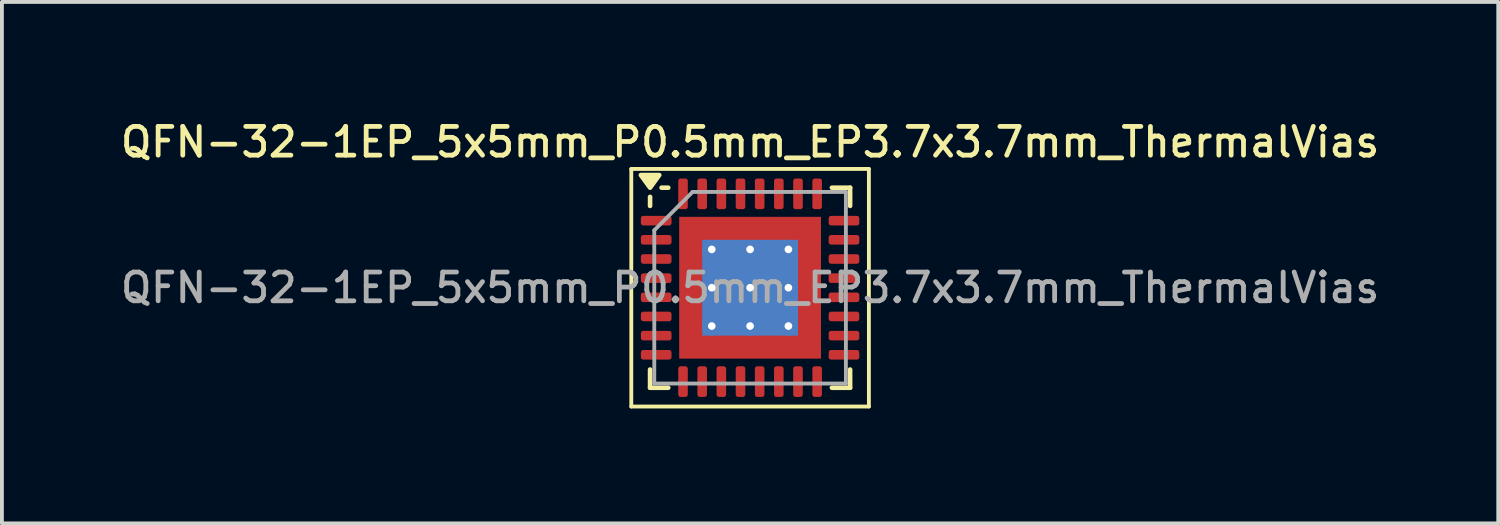
<source format=kicad_pcb>
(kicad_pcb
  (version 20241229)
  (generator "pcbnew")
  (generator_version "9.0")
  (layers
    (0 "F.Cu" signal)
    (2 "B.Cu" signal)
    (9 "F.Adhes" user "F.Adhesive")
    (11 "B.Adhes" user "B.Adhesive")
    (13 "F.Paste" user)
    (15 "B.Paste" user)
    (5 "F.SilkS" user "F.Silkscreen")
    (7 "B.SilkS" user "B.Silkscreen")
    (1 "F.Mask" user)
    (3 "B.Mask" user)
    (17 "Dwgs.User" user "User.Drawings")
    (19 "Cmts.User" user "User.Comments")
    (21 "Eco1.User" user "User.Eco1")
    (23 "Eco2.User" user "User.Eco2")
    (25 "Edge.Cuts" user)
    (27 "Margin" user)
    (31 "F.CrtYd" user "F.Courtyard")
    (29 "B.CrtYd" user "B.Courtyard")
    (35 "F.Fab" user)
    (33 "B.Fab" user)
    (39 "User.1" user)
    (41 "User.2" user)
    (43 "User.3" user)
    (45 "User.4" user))
  (footprint "QFN-32-1EP_5x5mm_P0.5mm_EP3.7x3.7mm_ThermalVias"
    (layer "F.Cu")
    (at 16.523 4.458)
    (property "Reference" "QFN-32-1EP_5x5mm_P0.5mm_EP3.7x3.7mm_ThermalVias" (at 0 -3.8 0) (layer "F.SilkS") (effects (font (size 0.75 0.75) (thickness 0.125))))
    (attr smd)
    (fp_line (start -3.1 -3.1) (end -3.1 3.1) (stroke (width 0.1) (type solid)) (layer "F.SilkS"))
    (fp_line (start -3.1 3.1) (end 3.1 3.1) (stroke (width 0.1) (type solid)) (layer "F.SilkS"))
    (fp_line (start -2.61 -2.135) (end -2.61 -2.37) (stroke (width 0.12) (type solid)) (layer "F.SilkS"))
    (fp_line (start -2.61 2.61) (end -2.61 2.135) (stroke (width 0.12) (type solid)) (layer "F.SilkS"))
    (fp_line (start -2.135 -2.61) (end -2.31 -2.61) (stroke (width 0.12) (type solid)) (layer "F.SilkS"))
    (fp_line (start -2.135 2.61) (end -2.61 2.61) (stroke (width 0.12) (type solid)) (layer "F.SilkS"))
    (fp_line (start 2.135 -2.61) (end 2.61 -2.61) (stroke (width 0.12) (type solid)) (layer "F.SilkS"))
    (fp_line (start 2.135 2.61) (end 2.61 2.61) (stroke (width 0.12) (type solid)) (layer "F.SilkS"))
    (fp_line (start 2.61 -2.61) (end 2.61 -2.135) (stroke (width 0.12) (type solid)) (layer "F.SilkS"))
    (fp_line (start 2.61 2.61) (end 2.61 2.135) (stroke (width 0.12) (type solid)) (layer "F.SilkS"))
    (fp_line (start 3.1 -3.1) (end -3.1 -3.1) (stroke (width 0.1) (type solid)) (layer "F.SilkS"))
    (fp_line (start 3.1 3.1) (end 3.1 -3.1) (stroke (width 0.1) (type solid)) (layer "F.SilkS"))
    (fp_poly (pts (xy -2.61 -2.61) (xy -2.85 -2.94) (xy -2.37 -2.94) (xy -2.61 -2.61)) (stroke (width 0.12) (type solid)) (fill yes) (layer "F.SilkS"))
    (fp_line (start -2.5 -1.5) (end -1.5 -2.5) (stroke (width 0.1) (type solid)) (layer "F.Fab"))
    (fp_line (start -2.5 2.5) (end -2.5 -1.5) (stroke (width 0.1) (type solid)) (layer "F.Fab"))
    (fp_line (start -1.5 -2.5) (end 2.5 -2.5) (stroke (width 0.1) (type solid)) (layer "F.Fab"))
    (fp_line (start 2.5 -2.5) (end 2.5 2.5) (stroke (width 0.1) (type solid)) (layer "F.Fab"))
    (fp_line (start 2.5 2.5) (end -2.5 2.5) (stroke (width 0.1) (type solid)) (layer "F.Fab"))
    (fp_text user "${REFERENCE}" (at 0 0 0) (layer "F.Fab") (effects (font (size 0.75 0.75) (thickness 0.125))))
    (pad "" smd custom (at -1.425 -1.425) (size 0.602 0.602) (layers "F.Paste") (options (anchor circle)) (primitives (gr_poly (pts (xy -0.259 -0.259) (xy 0.259 -0.259) (xy 0.259 0.19) (xy 0.19 0.259) (xy -0.259 0.259)) (width 0.167) (fill yes))))
    (pad "" smd custom (at -1.425 -0.5) (size 0.612 0.612) (layers "F.Paste") (options (anchor circle)) (primitives (gr_poly (pts (xy -0.269 -0.33) (xy 0.209 -0.33) (xy 0.269 -0.269) (xy 0.269 0.269) (xy 0.209 0.33) (xy -0.269 0.33)) (width 0.147) (fill yes))))
    (pad "" smd custom (at -1.425 0.5) (size 0.612 0.612) (layers "F.Paste") (options (anchor circle)) (primitives (gr_poly (pts (xy -0.269 -0.33) (xy 0.209 -0.33) (xy 0.269 -0.269) (xy 0.269 0.269) (xy 0.209 0.33) (xy -0.269 0.33)) (width 0.147) (fill yes))))
    (pad "" smd custom (at -1.425 1.425) (size 0.602 0.602) (layers "F.Paste") (options (anchor circle)) (primitives (gr_poly (pts (xy -0.259 -0.259) (xy 0.19 -0.259) (xy 0.259 -0.19) (xy 0.259 0.259) (xy -0.259 0.259)) (width 0.167) (fill yes))))
    (pad "" smd custom (at -0.5 -1.425) (size 0.612 0.612) (layers "F.Paste") (options (anchor circle)) (primitives (gr_poly (pts (xy -0.33 -0.269) (xy 0.33 -0.269) (xy 0.33 0.209) (xy 0.269 0.269) (xy -0.269 0.269) (xy -0.33 0.209)) (width 0.147) (fill yes))))
    (pad "" smd roundrect (at -0.5 -0.5) (size 0.806 0.806) (layers "F.Paste") (roundrect_rratio 0.25))
    (pad "" smd roundrect (at -0.5 0.5) (size 0.806 0.806) (layers "F.Paste") (roundrect_rratio 0.25))
    (pad "" smd custom (at -0.5 1.425) (size 0.612 0.612) (layers "F.Paste") (options (anchor circle)) (primitives (gr_poly (pts (xy -0.33 -0.209) (xy -0.269 -0.269) (xy 0.269 -0.269) (xy 0.33 -0.209) (xy 0.33 0.269) (xy -0.33 0.269)) (width 0.147) (fill yes))))
    (pad "" smd custom (at 0.5 -1.425) (size 0.612 0.612) (layers "F.Paste") (options (anchor circle)) (primitives (gr_poly (pts (xy -0.33 -0.269) (xy 0.33 -0.269) (xy 0.33 0.209) (xy 0.269 0.269) (xy -0.269 0.269) (xy -0.33 0.209)) (width 0.147) (fill yes))))
    (pad "" smd roundrect (at 0.5 -0.5) (size 0.806 0.806) (layers "F.Paste") (roundrect_rratio 0.25))
    (pad "" smd roundrect (at 0.5 0.5) (size 0.806 0.806) (layers "F.Paste") (roundrect_rratio 0.25))
    (pad "" smd custom (at 0.5 1.425) (size 0.612 0.612) (layers "F.Paste") (options (anchor circle)) (primitives (gr_poly (pts (xy -0.33 -0.209) (xy -0.269 -0.269) (xy 0.269 -0.269) (xy 0.33 -0.209) (xy 0.33 0.269) (xy -0.33 0.269)) (width 0.147) (fill yes))))
    (pad "" smd custom (at 1.425 -1.425) (size 0.602 0.602) (layers "F.Paste") (options (anchor circle)) (primitives (gr_poly (pts (xy -0.259 -0.259) (xy 0.259 -0.259) (xy 0.259 0.259) (xy -0.19 0.259) (xy -0.259 0.19)) (width 0.167) (fill yes))))
    (pad "" smd custom (at 1.425 -0.5) (size 0.612 0.612) (layers "F.Paste") (options (anchor circle)) (primitives (gr_poly (pts (xy -0.269 -0.269) (xy -0.209 -0.33) (xy 0.269 -0.33) (xy 0.269 0.33) (xy -0.209 0.33) (xy -0.269 0.269)) (width 0.147) (fill yes))))
    (pad "" smd custom (at 1.425 0.5) (size 0.612 0.612) (layers "F.Paste") (options (anchor circle)) (primitives (gr_poly (pts (xy -0.269 -0.269) (xy -0.209 -0.33) (xy 0.269 -0.33) (xy 0.269 0.33) (xy -0.209 0.33) (xy -0.269 0.269)) (width 0.147) (fill yes))))
    (pad "" smd custom (at 1.425 1.425) (size 0.602 0.602) (layers "F.Paste") (options (anchor circle)) (primitives (gr_poly (pts (xy -0.259 -0.19) (xy -0.19 -0.259) (xy 0.259 -0.259) (xy 0.259 0.259) (xy -0.259 0.259)) (width 0.167) (fill yes))))
    (pad "1" smd roundrect (at -2.45 -1.75) (size 0.8 0.25) (layers "F.Cu" "F.Mask" "F.Paste") (roundrect_rratio 0.25))
    (pad "2" smd roundrect (at -2.45 -1.25) (size 0.8 0.25) (layers "F.Cu" "F.Mask" "F.Paste") (roundrect_rratio 0.25))
    (pad "3" smd roundrect (at -2.45 -0.75) (size 0.8 0.25) (layers "F.Cu" "F.Mask" "F.Paste") (roundrect_rratio 0.25))
    (pad "4" smd roundrect (at -2.45 -0.25) (size 0.8 0.25) (layers "F.Cu" "F.Mask" "F.Paste") (roundrect_rratio 0.25))
    (pad "5" smd roundrect (at -2.45 0.25) (size 0.8 0.25) (layers "F.Cu" "F.Mask" "F.Paste") (roundrect_rratio 0.25))
    (pad "6" smd roundrect (at -2.45 0.75) (size 0.8 0.25) (layers "F.Cu" "F.Mask" "F.Paste") (roundrect_rratio 0.25))
    (pad "7" smd roundrect (at -2.45 1.25) (size 0.8 0.25) (layers "F.Cu" "F.Mask" "F.Paste") (roundrect_rratio 0.25))
    (pad "8" smd roundrect (at -2.45 1.75) (size 0.8 0.25) (layers "F.Cu" "F.Mask" "F.Paste") (roundrect_rratio 0.25))
    (pad "9" smd roundrect (at -1.75 2.45) (size 0.25 0.8) (layers "F.Cu" "F.Mask" "F.Paste") (roundrect_rratio 0.25))
    (pad "10" smd roundrect (at -1.25 2.45) (size 0.25 0.8) (layers "F.Cu" "F.Mask" "F.Paste") (roundrect_rratio 0.25))
    (pad "11" smd roundrect (at -0.75 2.45) (size 0.25 0.8) (layers "F.Cu" "F.Mask" "F.Paste") (roundrect_rratio 0.25))
    (pad "12" smd roundrect (at -0.25 2.45) (size 0.25 0.8) (layers "F.Cu" "F.Mask" "F.Paste") (roundrect_rratio 0.25))
    (pad "13" smd roundrect (at 0.25 2.45) (size 0.25 0.8) (layers "F.Cu" "F.Mask" "F.Paste") (roundrect_rratio 0.25))
    (pad "14" smd roundrect (at 0.75 2.45) (size 0.25 0.8) (layers "F.Cu" "F.Mask" "F.Paste") (roundrect_rratio 0.25))
    (pad "15" smd roundrect (at 1.25 2.45) (size 0.25 0.8) (layers "F.Cu" "F.Mask" "F.Paste") (roundrect_rratio 0.25))
    (pad "16" smd roundrect (at 1.75 2.45) (size 0.25 0.8) (layers "F.Cu" "F.Mask" "F.Paste") (roundrect_rratio 0.25))
    (pad "17" smd roundrect (at 2.45 1.75) (size 0.8 0.25) (layers "F.Cu" "F.Mask" "F.Paste") (roundrect_rratio 0.25))
    (pad "18" smd roundrect (at 2.45 1.25) (size 0.8 0.25) (layers "F.Cu" "F.Mask" "F.Paste") (roundrect_rratio 0.25))
    (pad "19" smd roundrect (at 2.45 0.75) (size 0.8 0.25) (layers "F.Cu" "F.Mask" "F.Paste") (roundrect_rratio 0.25))
    (pad "20" smd roundrect (at 2.45 0.25) (size 0.8 0.25) (layers "F.Cu" "F.Mask" "F.Paste") (roundrect_rratio 0.25))
    (pad "21" smd roundrect (at 2.45 -0.25) (size 0.8 0.25) (layers "F.Cu" "F.Mask" "F.Paste") (roundrect_rratio 0.25))
    (pad "22" smd roundrect (at 2.45 -0.75) (size 0.8 0.25) (layers "F.Cu" "F.Mask" "F.Paste") (roundrect_rratio 0.25))
    (pad "23" smd roundrect (at 2.45 -1.25) (size 0.8 0.25) (layers "F.Cu" "F.Mask" "F.Paste") (roundrect_rratio 0.25))
    (pad "24" smd roundrect (at 2.45 -1.75) (size 0.8 0.25) (layers "F.Cu" "F.Mask" "F.Paste") (roundrect_rratio 0.25))
    (pad "25" smd roundrect (at 1.75 -2.45) (size 0.25 0.8) (layers "F.Cu" "F.Mask" "F.Paste") (roundrect_rratio 0.25))
    (pad "26" smd roundrect (at 1.25 -2.45) (size 0.25 0.8) (layers "F.Cu" "F.Mask" "F.Paste") (roundrect_rratio 0.25))
    (pad "27" smd roundrect (at 0.75 -2.45) (size 0.25 0.8) (layers "F.Cu" "F.Mask" "F.Paste") (roundrect_rratio 0.25))
    (pad "28" smd roundrect (at 0.25 -2.45) (size 0.25 0.8) (layers "F.Cu" "F.Mask" "F.Paste") (roundrect_rratio 0.25))
    (pad "29" smd roundrect (at -0.25 -2.45) (size 0.25 0.8) (layers "F.Cu" "F.Mask" "F.Paste") (roundrect_rratio 0.25))
    (pad "30" smd roundrect (at -0.75 -2.45) (size 0.25 0.8) (layers "F.Cu" "F.Mask" "F.Paste") (roundrect_rratio 0.25))
    (pad "31" smd roundrect (at -1.25 -2.45) (size 0.25 0.8) (layers "F.Cu" "F.Mask" "F.Paste") (roundrect_rratio 0.25))
    (pad "32" smd roundrect (at -1.75 -2.45) (size 0.25 0.8) (layers "F.Cu" "F.Mask" "F.Paste") (roundrect_rratio 0.25))
    (pad "33" thru_hole circle (at -1 -1) (size 0.5 0.5) (drill 0.2) (property pad_prop_heatsink) (layers "*.Cu"))
    (pad "33" thru_hole circle (at -1 0) (size 0.5 0.5) (drill 0.2) (property pad_prop_heatsink) (layers "*.Cu"))
    (pad "33" thru_hole circle (at -1 1) (size 0.5 0.5) (drill 0.2) (property pad_prop_heatsink) (layers "*.Cu"))
    (pad "33" thru_hole circle (at 0 -1) (size 0.5 0.5) (drill 0.2) (property pad_prop_heatsink) (layers "*.Cu"))
    (pad "33" thru_hole circle (at 0 0) (size 0.5 0.5) (drill 0.2) (property pad_prop_heatsink) (layers "*.Cu"))
    (pad "33" smd rect (at 0 0) (size 2.5 2.5) (property pad_prop_heatsink) (layers "B.Cu"))
    (pad "33" smd rect (at 0 0) (size 3.7 3.7) (property pad_prop_heatsink) (layers "F.Cu" "F.Mask"))
    (pad "33" thru_hole circle (at 0 1) (size 0.5 0.5) (drill 0.2) (property pad_prop_heatsink) (layers "*.Cu"))
    (pad "33" thru_hole circle (at 1 -1) (size 0.5 0.5) (drill 0.2) (property pad_prop_heatsink) (layers "*.Cu"))
    (pad "33" thru_hole circle (at 1 0) (size 0.5 0.5) (drill 0.2) (property pad_prop_heatsink) (layers "*.Cu"))
    (pad "33" thru_hole circle (at 1 1) (size 0.5 0.5) (drill 0.2) (property pad_prop_heatsink) (layers "*.Cu")))
  (gr_rect
    (start -3 -3)
    (end 36.046 10.608)
    (stroke (width 0.1) (type default))
    (fill no)
    (layer "Edge.Cuts")))
</source>
